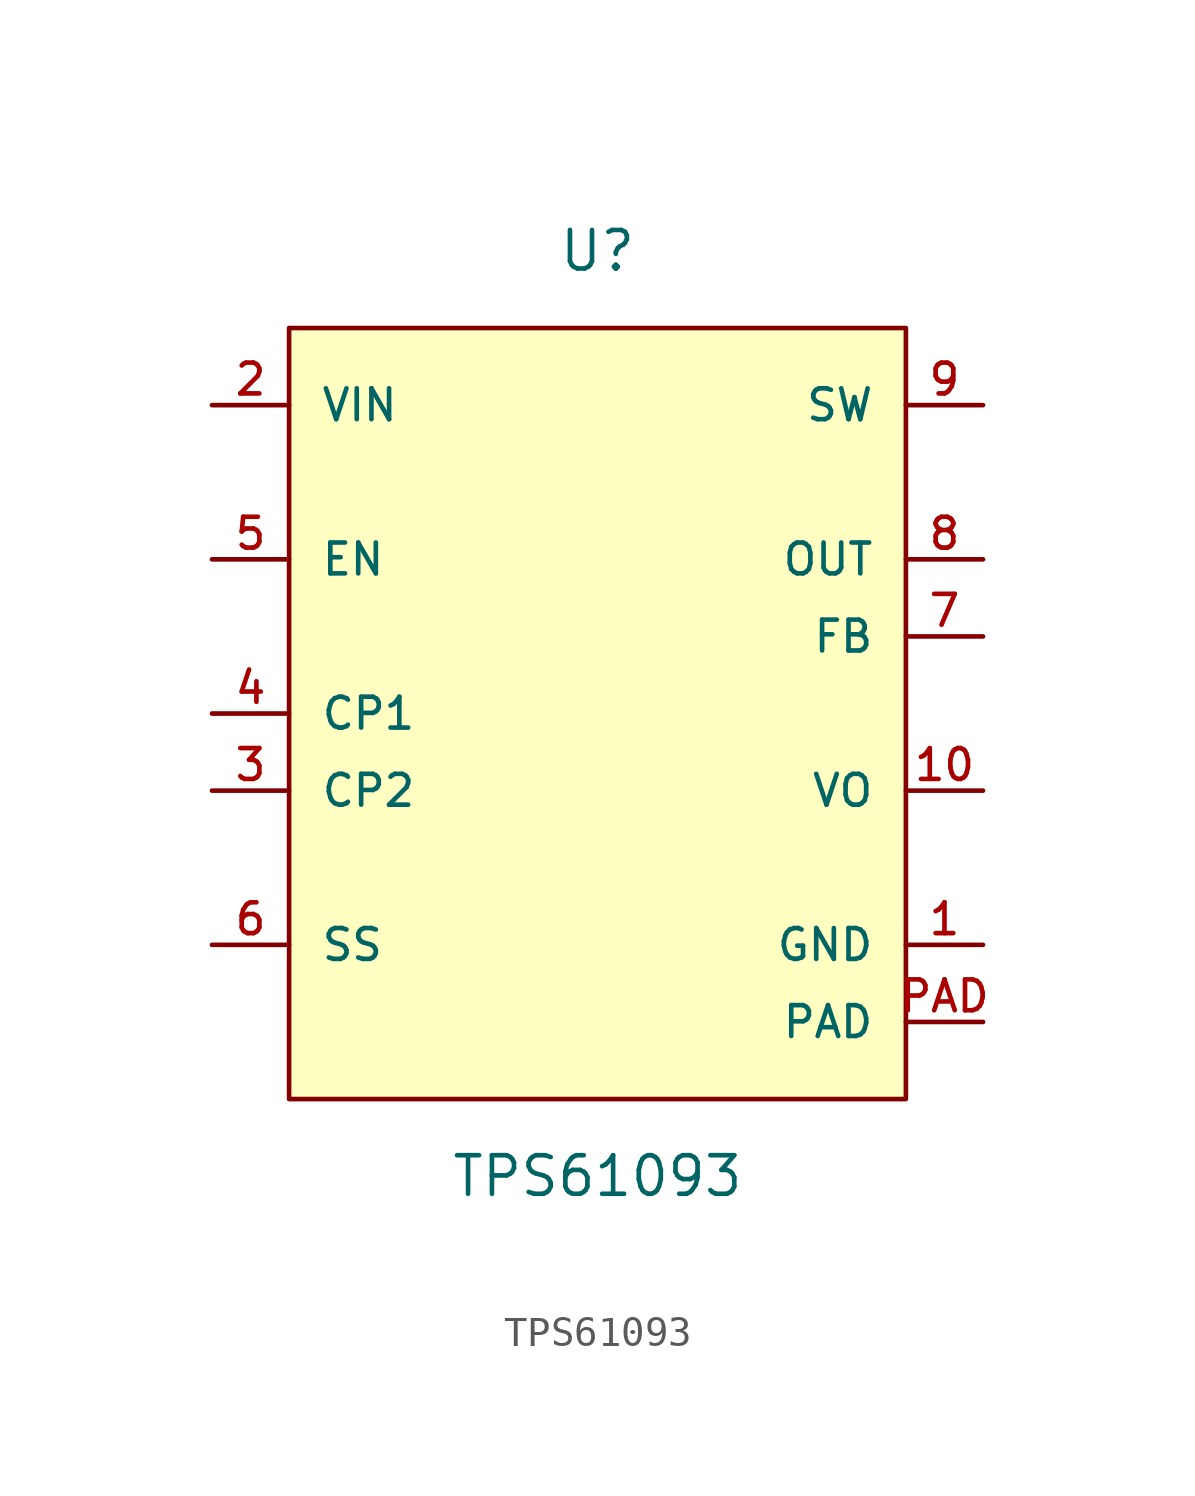
<source format=kicad_sym>
(kicad_symbol_lib
  (version 20211014)
  (generator kicad_symbol_editor)
  (symbol "TPS61093"
    (pin_names
      (offset 1.016))
    (property "Reference" "U"
      (at 0.0 15.24 0)
      (effects (font (size 1.27 1.27))))
    (property "Value" "TPS61093"
      (at 0.0 -15.24 0)
      (effects (font (size 1.27 1.27))))
    (symbol "TPS61093_0_0"
      (rectangle (start -10.16 -12.7) (end 10.16 12.7) (stroke (width 0.152)) (fill (type background)))
      (pin power_in line (at 12.7 -7.62 180.0) (length 2.54) (name "GND" (effects (font (size 1.016 1.016)))) (number "1" (effects (font (size 1.016 1.016)))))
      (pin power_in line (at 12.7 -10.16 180.0) (length 2.54) (name "PAD" (effects (font (size 1.016 1.016)))) (number "PAD" (effects (font (size 1.016 1.016)))))
      (pin power_in line (at -12.7 10.16 0) (length 2.54) (name "VIN" (effects (font (size 1.016 1.016)))) (number "2" (effects (font (size 1.016 1.016)))))
      (pin power_in line (at 12.7 -2.54 180.0) (length 2.54) (name "VO" (effects (font (size 1.016 1.016)))) (number "10" (effects (font (size 1.016 1.016)))))
      (pin power_in line (at 12.7 5.08 180.0) (length 2.54) (name "OUT" (effects (font (size 1.016 1.016)))) (number "8" (effects (font (size 1.016 1.016)))))
      (pin bidirectional line (at -12.7 5.08 0) (length 2.54) (name "EN" (effects (font (size 1.016 1.016)))) (number "5" (effects (font (size 1.016 1.016)))))
      (pin bidirectional line (at -12.7 0.0 0) (length 2.54) (name "CP1" (effects (font (size 1.016 1.016)))) (number "4" (effects (font (size 1.016 1.016)))))
      (pin bidirectional line (at -12.7 -2.54 0) (length 2.54) (name "CP2" (effects (font (size 1.016 1.016)))) (number "3" (effects (font (size 1.016 1.016)))))
      (pin bidirectional line (at -12.7 -7.62 0) (length 2.54) (name "SS" (effects (font (size 1.016 1.016)))) (number "6" (effects (font (size 1.016 1.016)))))
      (pin bidirectional line (at 12.7 2.54 180.0) (length 2.54) (name "FB" (effects (font (size 1.016 1.016)))) (number "7" (effects (font (size 1.016 1.016)))))
      (pin bidirectional line (at 12.7 10.16 180.0) (length 2.54) (name "SW" (effects (font (size 1.016 1.016)))) (number "9" (effects (font (size 1.016 1.016))))))))
</source>
